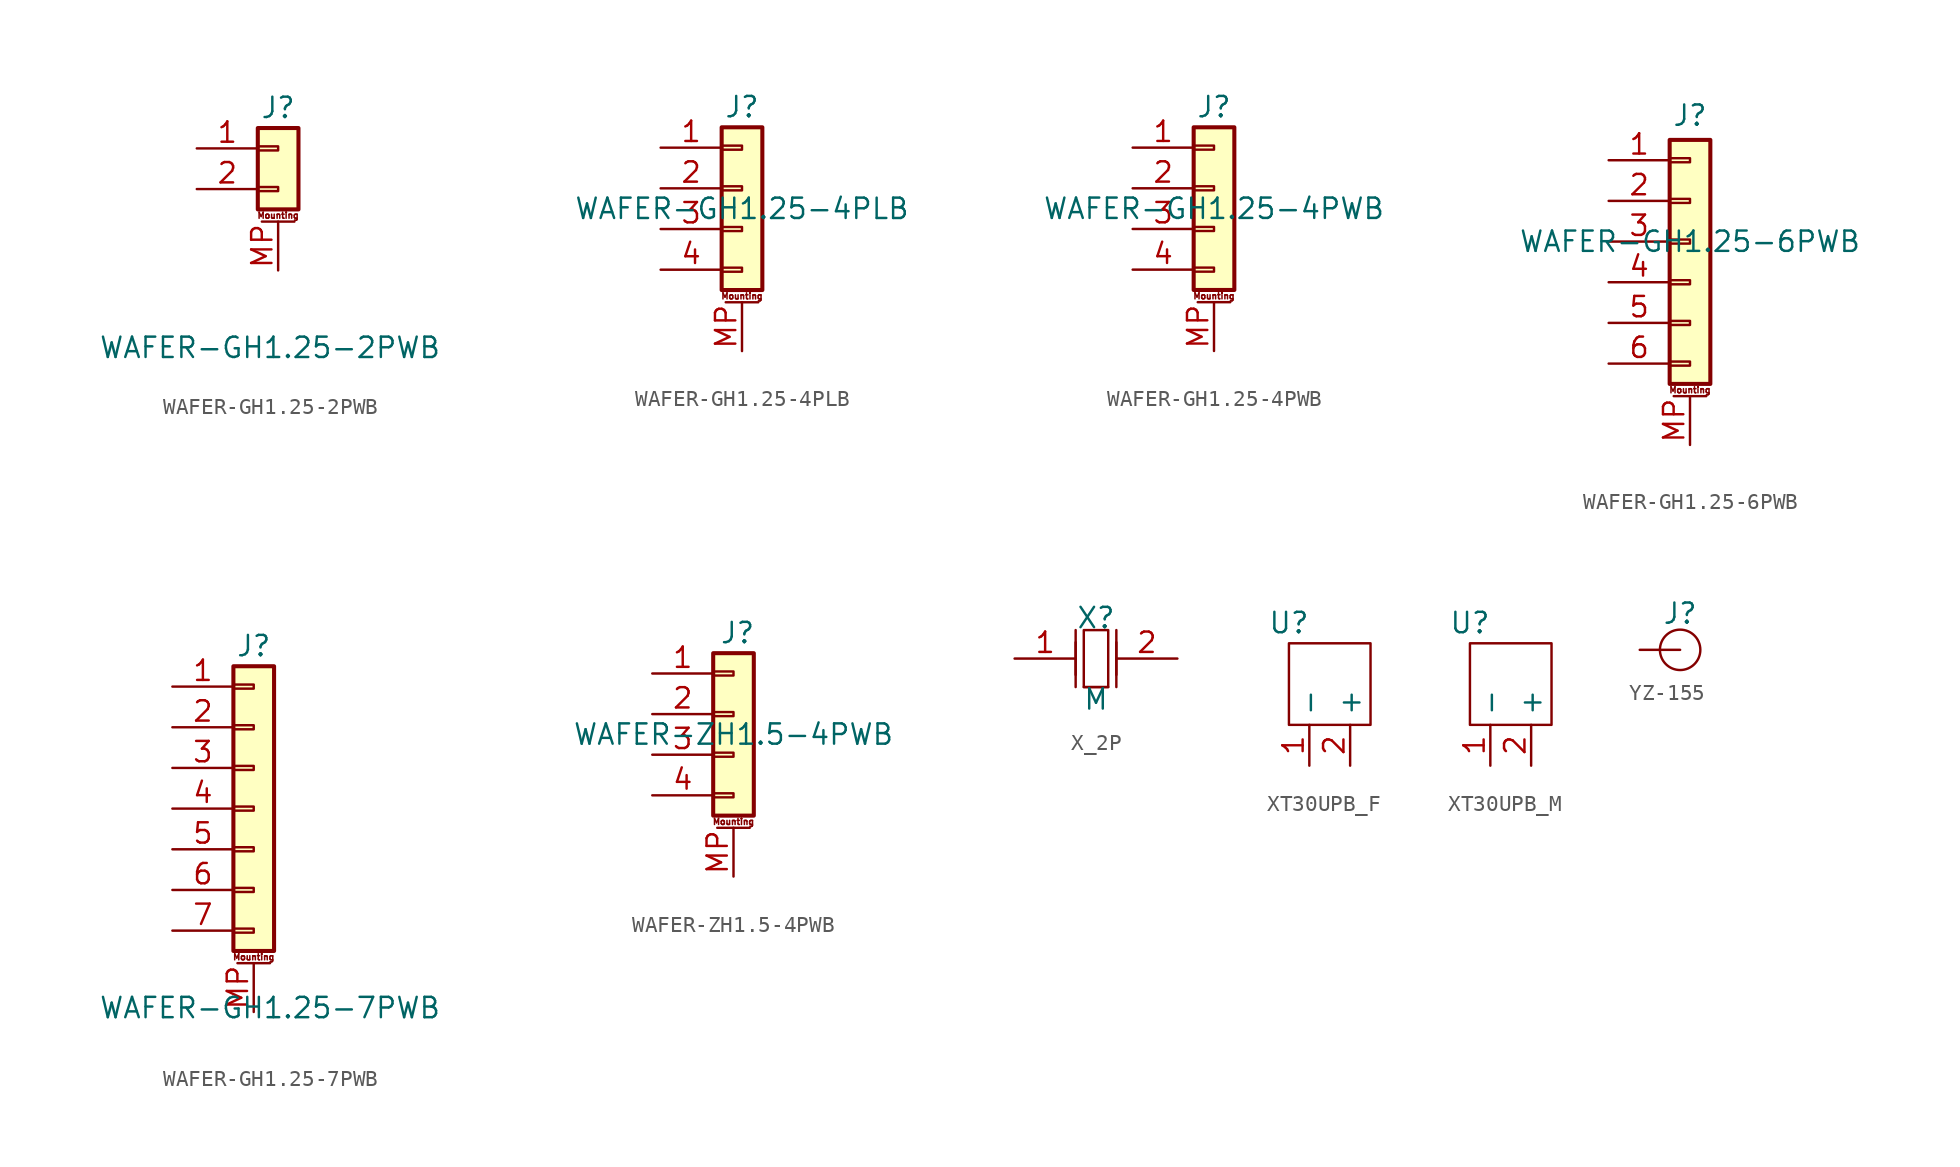
<source format=kicad_sym>
(kicad_symbol_lib
  (version 20241209)
  (generator "kicad_symbol_editor")
  (generator_version "9.0")
  (symbol "WAFER-GH1.25-2PWB"
    (pin_names
      (hide yes))
    (property "Reference" "J"
      (at 0 3.81 0)
      (effects (font (size 1.27 1.27))))
    (property "Value" "WAFER-GH1.25-2PWB"
      (at -0.508 -11.176 0)
      (effects (font (size 1.27 1.27))))
    (symbol "WAFER-GH1.25-2PWB_1_1"
      (rectangle (start -1.27 2.54) (end 1.27 -2.54) (stroke (width 0.254) (type default)) (fill (type background)))
      (rectangle (start -1.27 1.397) (end 0 1.143) (stroke (width 0.152) (type default)) (fill (type none)))
      (rectangle (start -1.27 -1.143) (end 0 -1.397) (stroke (width 0.152) (type default)) (fill (type none)))
      (polyline (pts (xy -1.016 -3.302) (xy 1.016 -3.302)) (stroke (width 0.152) (type default)) (fill (type none)))
      (text "Mounting" (at 0 -2.921 0) (effects (font (size 0.381 0.381))))
      (pin passive line (at -5.08 1.27 0) (length 3.81) (name "Pin_1" (effects (font (size 1.27 1.27)))) (number "1" (effects (font (size 1.27 1.27)))))
      (pin passive line (at -5.08 -1.27 0) (length 3.81) (name "Pin_2" (effects (font (size 1.27 1.27)))) (number "2" (effects (font (size 1.27 1.27)))))
      (pin passive line (at 0 -6.35 90) (length 3.048) (name "MountPin" (effects (font (size 1.27 1.27)))) (number "MP" (effects (font (size 1.27 1.27)))))))
  (symbol "WAFER-GH1.25-4PLB"
    (pin_names
      (hide yes))
    (property "Reference" "J"
      (at 0 6.35 0)
      (effects (font (size 1.27 1.27))))
    (property "Value" "WAFER-GH1.25-4PLB"
      (at 0 0 0)
      (effects (font (size 1.27 1.27))))
    (symbol "WAFER-GH1.25-4PLB_1_1"
      (rectangle (start -1.27 5.08) (end 1.27 -5.08) (stroke (width 0.254) (type default)) (fill (type background)))
      (rectangle (start -1.27 3.937) (end 0 3.683) (stroke (width 0.152) (type default)) (fill (type none)))
      (rectangle (start -1.27 1.397) (end 0 1.143) (stroke (width 0.152) (type default)) (fill (type none)))
      (rectangle (start -1.27 -1.143) (end 0 -1.397) (stroke (width 0.152) (type default)) (fill (type none)))
      (rectangle (start -1.27 -3.683) (end 0 -3.937) (stroke (width 0.152) (type default)) (fill (type none)))
      (polyline (pts (xy -1.016 -5.842) (xy 1.016 -5.842)) (stroke (width 0.152) (type default)) (fill (type none)))
      (text "Mounting" (at 0 -5.461 0) (effects (font (size 0.381 0.381))))
      (pin passive line (at -5.08 3.81 0) (length 3.81) (name "Pin_1" (effects (font (size 1.27 1.27)))) (number "1" (effects (font (size 1.27 1.27)))))
      (pin passive line (at -5.08 1.27 0) (length 3.81) (name "Pin_2" (effects (font (size 1.27 1.27)))) (number "2" (effects (font (size 1.27 1.27)))))
      (pin passive line (at -5.08 -1.27 0) (length 3.81) (name "Pin_3" (effects (font (size 1.27 1.27)))) (number "3" (effects (font (size 1.27 1.27)))))
      (pin passive line (at -5.08 -3.81 0) (length 3.81) (name "Pin_4" (effects (font (size 1.27 1.27)))) (number "4" (effects (font (size 1.27 1.27)))))
      (pin passive line (at 0 -8.89 90) (length 3.048) (name "MountPin" (effects (font (size 1.27 1.27)))) (number "MP" (effects (font (size 1.27 1.27)))))))
  (symbol "WAFER-GH1.25-4PWB"
    (pin_names
      (hide yes))
    (property "Reference" "J"
      (at 0 6.35 0)
      (effects (font (size 1.27 1.27))))
    (property "Value" "WAFER-GH1.25-4PWB"
      (at 0 0 0)
      (effects (font (size 1.27 1.27))))
    (symbol "WAFER-GH1.25-4PWB_1_1"
      (rectangle (start -1.27 5.08) (end 1.27 -5.08) (stroke (width 0.254) (type default)) (fill (type background)))
      (rectangle (start -1.27 3.937) (end 0 3.683) (stroke (width 0.152) (type default)) (fill (type none)))
      (rectangle (start -1.27 1.397) (end 0 1.143) (stroke (width 0.152) (type default)) (fill (type none)))
      (rectangle (start -1.27 -1.143) (end 0 -1.397) (stroke (width 0.152) (type default)) (fill (type none)))
      (rectangle (start -1.27 -3.683) (end 0 -3.937) (stroke (width 0.152) (type default)) (fill (type none)))
      (polyline (pts (xy -1.016 -5.842) (xy 1.016 -5.842)) (stroke (width 0.152) (type default)) (fill (type none)))
      (text "Mounting" (at 0 -5.461 0) (effects (font (size 0.381 0.381))))
      (pin passive line (at -5.08 3.81 0) (length 3.81) (name "Pin_1" (effects (font (size 1.27 1.27)))) (number "1" (effects (font (size 1.27 1.27)))))
      (pin passive line (at -5.08 1.27 0) (length 3.81) (name "Pin_2" (effects (font (size 1.27 1.27)))) (number "2" (effects (font (size 1.27 1.27)))))
      (pin passive line (at -5.08 -1.27 0) (length 3.81) (name "Pin_3" (effects (font (size 1.27 1.27)))) (number "3" (effects (font (size 1.27 1.27)))))
      (pin passive line (at -5.08 -3.81 0) (length 3.81) (name "Pin_4" (effects (font (size 1.27 1.27)))) (number "4" (effects (font (size 1.27 1.27)))))
      (pin passive line (at 0 -8.89 90) (length 3.048) (name "MountPin" (effects (font (size 1.27 1.27)))) (number "MP" (effects (font (size 1.27 1.27)))))))
  (symbol "WAFER-GH1.25-6PWB"
    (pin_names
      (hide yes))
    (property "Reference" "J"
      (at 0 7.874 0)
      (effects (font (size 1.27 1.27))))
    (property "Value" "WAFER-GH1.25-6PWB"
      (at 0 0 0)
      (effects (font (size 1.27 1.27))))
    (symbol "WAFER-GH1.25-6PWB_1_1"
      (rectangle (start -1.27 6.35) (end 1.27 -8.89) (stroke (width 0.254) (type default)) (fill (type background)))
      (rectangle (start -1.27 5.207) (end 0 4.953) (stroke (width 0.152) (type default)) (fill (type none)))
      (rectangle (start -1.27 2.667) (end 0 2.413) (stroke (width 0.152) (type default)) (fill (type none)))
      (rectangle (start -1.27 0.127) (end 0 -0.127) (stroke (width 0.152) (type default)) (fill (type none)))
      (rectangle (start -1.27 -2.413) (end 0 -2.667) (stroke (width 0.152) (type default)) (fill (type none)))
      (rectangle (start -1.27 -4.953) (end 0 -5.207) (stroke (width 0.152) (type default)) (fill (type none)))
      (rectangle (start -1.27 -7.493) (end 0 -7.747) (stroke (width 0.152) (type default)) (fill (type none)))
      (polyline (pts (xy -1.016 -9.652) (xy 1.016 -9.652)) (stroke (width 0.152) (type default)) (fill (type none)))
      (text "Mounting" (at 0 -9.271 0) (effects (font (size 0.381 0.381))))
      (pin passive line (at -5.08 5.08 0) (length 3.81) (name "Pin_1" (effects (font (size 1.27 1.27)))) (number "1" (effects (font (size 1.27 1.27)))))
      (pin passive line (at -5.08 2.54 0) (length 3.81) (name "Pin_2" (effects (font (size 1.27 1.27)))) (number "2" (effects (font (size 1.27 1.27)))))
      (pin passive line (at -5.08 0 0) (length 3.81) (name "Pin_3" (effects (font (size 1.27 1.27)))) (number "3" (effects (font (size 1.27 1.27)))))
      (pin passive line (at -5.08 -2.54 0) (length 3.81) (name "Pin_4" (effects (font (size 1.27 1.27)))) (number "4" (effects (font (size 1.27 1.27)))))
      (pin passive line (at -5.08 -5.08 0) (length 3.81) (name "Pin_5" (effects (font (size 1.27 1.27)))) (number "5" (effects (font (size 1.27 1.27)))))
      (pin passive line (at -5.08 -7.62 0) (length 3.81) (name "Pin_6" (effects (font (size 1.27 1.27)))) (number "6" (effects (font (size 1.27 1.27)))))
      (pin passive line (at 0 -12.7 90) (length 3.048) (name "MountPin" (effects (font (size 1.27 1.27)))) (number "MP" (effects (font (size 1.27 1.27)))))))
  (symbol "WAFER-GH1.25-7PWB"
    (pin_names
      (hide yes))
    (property "Reference" "J"
      (at 0 10.16 0)
      (effects (font (size 1.27 1.27))))
    (property "Value" "WAFER-GH1.25-7PWB"
      (at 1.016 -12.446 0)
      (effects (font (size 1.27 1.27))))
    (symbol "WAFER-GH1.25-7PWB_1_1"
      (rectangle (start -1.27 8.89) (end 1.27 -8.89) (stroke (width 0.254) (type default)) (fill (type background)))
      (rectangle (start -1.27 7.747) (end 0 7.493) (stroke (width 0.152) (type default)) (fill (type none)))
      (rectangle (start -1.27 5.207) (end 0 4.953) (stroke (width 0.152) (type default)) (fill (type none)))
      (rectangle (start -1.27 2.667) (end 0 2.413) (stroke (width 0.152) (type default)) (fill (type none)))
      (rectangle (start -1.27 0.127) (end 0 -0.127) (stroke (width 0.152) (type default)) (fill (type none)))
      (rectangle (start -1.27 -2.413) (end 0 -2.667) (stroke (width 0.152) (type default)) (fill (type none)))
      (rectangle (start -1.27 -4.953) (end 0 -5.207) (stroke (width 0.152) (type default)) (fill (type none)))
      (rectangle (start -1.27 -7.493) (end 0 -7.747) (stroke (width 0.152) (type default)) (fill (type none)))
      (polyline (pts (xy -1.016 -9.652) (xy 1.016 -9.652)) (stroke (width 0.152) (type default)) (fill (type none)))
      (text "Mounting" (at 0 -9.271 0) (effects (font (size 0.381 0.381))))
      (pin passive line (at -5.08 7.62 0) (length 3.81) (name "Pin_1" (effects (font (size 1.27 1.27)))) (number "1" (effects (font (size 1.27 1.27)))))
      (pin passive line (at -5.08 5.08 0) (length 3.81) (name "Pin_2" (effects (font (size 1.27 1.27)))) (number "2" (effects (font (size 1.27 1.27)))))
      (pin passive line (at -5.08 2.54 0) (length 3.81) (name "Pin_3" (effects (font (size 1.27 1.27)))) (number "3" (effects (font (size 1.27 1.27)))))
      (pin passive line (at -5.08 0 0) (length 3.81) (name "Pin_4" (effects (font (size 1.27 1.27)))) (number "4" (effects (font (size 1.27 1.27)))))
      (pin passive line (at -5.08 -2.54 0) (length 3.81) (name "Pin_5" (effects (font (size 1.27 1.27)))) (number "5" (effects (font (size 1.27 1.27)))))
      (pin passive line (at -5.08 -5.08 0) (length 3.81) (name "Pin_6" (effects (font (size 1.27 1.27)))) (number "6" (effects (font (size 1.27 1.27)))))
      (pin passive line (at -5.08 -7.62 0) (length 3.81) (name "Pin_7" (effects (font (size 1.27 1.27)))) (number "7" (effects (font (size 1.27 1.27)))))
      (pin passive line (at 0 -12.7 90) (length 3.048) (name "MountPin" (effects (font (size 1.27 1.27)))) (number "MP" (effects (font (size 1.27 1.27)))))))
  (symbol "WAFER-ZH1.5-4PWB"
    (pin_names
      (hide yes))
    (property "Reference" "J"
      (at 0.254 6.35 0)
      (effects (font (size 1.27 1.27))))
    (property "Value" "WAFER-ZH1.5-4PWB"
      (at 0 0 0)
      (effects (font (size 1.27 1.27))))
    (symbol "WAFER-ZH1.5-4PWB_1_1"
      (rectangle (start -1.27 5.08) (end 1.27 -5.08) (stroke (width 0.254) (type default)) (fill (type background)))
      (rectangle (start -1.27 3.937) (end 0 3.683) (stroke (width 0.152) (type default)) (fill (type none)))
      (rectangle (start -1.27 1.397) (end 0 1.143) (stroke (width 0.152) (type default)) (fill (type none)))
      (rectangle (start -1.27 -1.143) (end 0 -1.397) (stroke (width 0.152) (type default)) (fill (type none)))
      (rectangle (start -1.27 -3.683) (end 0 -3.937) (stroke (width 0.152) (type default)) (fill (type none)))
      (polyline (pts (xy -1.016 -5.842) (xy 1.016 -5.842)) (stroke (width 0.152) (type default)) (fill (type none)))
      (text "Mounting" (at 0 -5.461 0) (effects (font (size 0.381 0.381))))
      (pin passive line (at -5.08 3.81 0) (length 3.81) (name "Pin_1" (effects (font (size 1.27 1.27)))) (number "1" (effects (font (size 1.27 1.27)))))
      (pin passive line (at -5.08 1.27 0) (length 3.81) (name "Pin_2" (effects (font (size 1.27 1.27)))) (number "2" (effects (font (size 1.27 1.27)))))
      (pin passive line (at -5.08 -1.27 0) (length 3.81) (name "Pin_3" (effects (font (size 1.27 1.27)))) (number "3" (effects (font (size 1.27 1.27)))))
      (pin passive line (at -5.08 -3.81 0) (length 3.81) (name "Pin_4" (effects (font (size 1.27 1.27)))) (number "4" (effects (font (size 1.27 1.27)))))
      (pin passive line (at 0 -8.89 90) (length 3.048) (name "MountPin" (effects (font (size 1.27 1.27)))) (number "MP" (effects (font (size 1.27 1.27)))))))
  (symbol "X_2P"
    (property "Reference" "X"
      (at 0 2.54 0)
      (effects (font (size 1.27 1.27))))
    (property "Value" "M"
      (at 0 -2.54 0)
      (effects (font (size 1.27 1.27))))
    (symbol "X_2P_1_1"
      (polyline (pts (xy -1.27 -1.016) (xy -1.27 1.016)) (stroke (width 0) (type default)) (fill (type none)))
      (polyline (pts (xy -1.27 -1.778) (xy -1.27 1.778)) (stroke (width 0) (type default)) (fill (type none)))
      (polyline (pts (xy 0.762 1.778) (xy 0.762 -1.778) (xy 0.762 -1.778) (xy -0.762 -1.778) (xy -0.762 -1.778) (xy -0.762 1.778) (xy -0.762 1.778) (xy 0.762 1.778)) (stroke (width 0) (type default)) (fill (type none)))
      (polyline (pts (xy 0.762 -1.778) (xy -0.762 -1.778)) (stroke (width 0) (type default)) (fill (type none)))
      (polyline (pts (xy 1.27 -1.016) (xy 1.27 1.016)) (stroke (width 0) (type default)) (fill (type none)))
      (polyline (pts (xy 1.27 -1.778) (xy 1.27 1.778)) (stroke (width 0) (type default)) (fill (type none)))
      (pin input line (at -5.08 0 0) (length 3.81) (name "~" (effects (font (size 1.27 1.27)))) (number "1" (effects (font (size 1.27 1.27)))))
      (pin input line (at 5.08 0 180) (length 3.81) (name "~" (effects (font (size 1.27 1.27)))) (number "2" (effects (font (size 1.27 1.27)))))))
  (symbol "XT30UPB_F"
    (property "Reference" "U"
      (at 0 1.27 0)
      (effects (font (size 1.27 1.27))))
    (property "Value" ""
      (at 0 0 0)
      (effects (font (size 1.27 1.27))))
    (symbol "XT30UPB_F_0_1"
      (rectangle (start 0 0) (end 5.08 -5.08) (stroke (width 0) (type default)) (fill (type none))))
    (symbol "XT30UPB_F_1_0"
      (pin power_out line (at 1.27 -7.62 90) (length 2.54) (name "-" (effects (font (size 1.27 1.27)))) (number "1" (effects (font (size 1.27 1.27)))))
      (pin power_out line (at 3.81 -7.62 90) (length 2.54) (name "+" (effects (font (size 1.27 1.27)))) (number "2" (effects (font (size 1.27 1.27)))))))
  (symbol "XT30UPB_M"
    (property "Reference" "U"
      (at 0 1.27 0)
      (effects (font (size 1.27 1.27))))
    (property "Value" ""
      (at 0 0 0)
      (effects (font (size 1.27 1.27))))
    (symbol "XT30UPB_M_0_1"
      (rectangle (start 0 0) (end 5.08 -5.08) (stroke (width 0) (type default)) (fill (type none))))
    (symbol "XT30UPB_M_1_0"
      (pin power_out line (at 1.27 -7.62 90) (length 2.54) (name "-" (effects (font (size 1.27 1.27)))) (number "1" (effects (font (size 1.27 1.27)))))
      (pin power_out line (at 3.81 -7.62 90) (length 2.54) (name "+" (effects (font (size 1.27 1.27)))) (number "2" (effects (font (size 1.27 1.27)))))))
  (symbol "YZ-155"
    (pin_numbers
      (hide yes))
    (pin_names
      (hide yes))
    (property "Reference" "J"
      (at 0 2.286 0)
      (effects (font (size 1.27 1.27))))
    (property "Value" ""
      (at 0 0 0)
      (effects (font (size 1.27 1.27))))
    (symbol "YZ-155_0_1"
      (circle (center 0 0) (radius 1.27) (stroke (width 0) (type default)) (fill (type none))))
    (symbol "YZ-155_1_1"
      (pin input line (at -2.54 0 0) (length 2.54) (name "" (effects (font (size 1.27 1.27)))) (number "1" (effects (font (size 1.27 1.27))))))))
</source>
